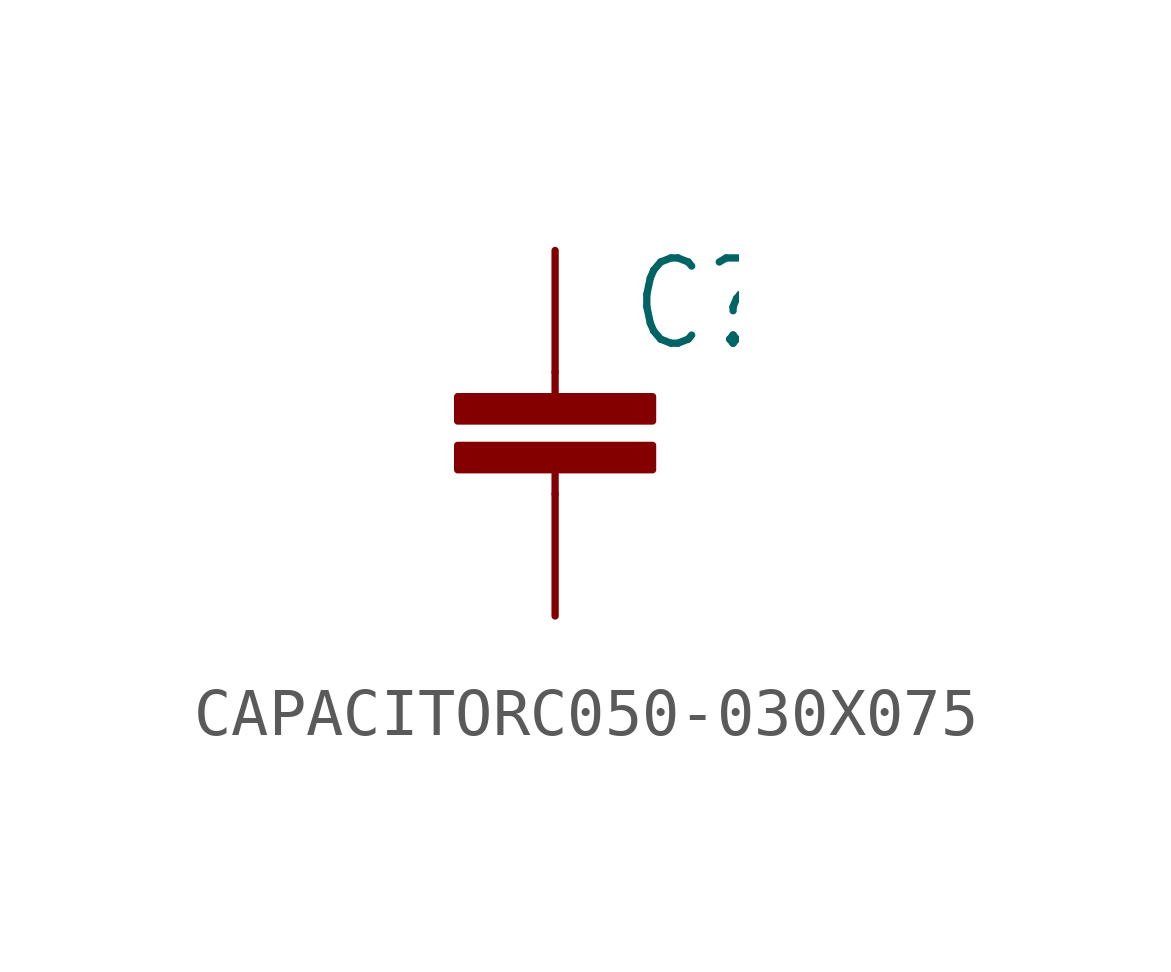
<source format=kicad_sym>
(kicad_symbol_lib
  (version 20241209)
  (generator "kicad_symbol_editor")
  (generator_version "9.0")
  (symbol "CAPACITORC050-030X075"
    (property "Reference" "C"
      (at 1.524 2.921 0)
      (effects (font (size 1.778 1.511)) (justify left bottom)))
    (property "Value" ""
      (at 1.524 -2.159 0)
      (effects (font (size 1.778 1.511)) (justify left bottom)))
    (property "ki_locked" ""
      (at 0 0 0)
      (effects (font (size 1.27 1.27))))
    (symbol "CAPACITORC050-030X075_1_0"
      (rectangle (start -2.032 1.524) (end 2.032 2.032) (stroke (width 0) (type default)) (fill (type outline)))
      (rectangle (start -2.032 0.508) (end 2.032 1.016) (stroke (width 0) (type default)) (fill (type outline)))
      (polyline (pts (xy 0 2.54) (xy 0 2.032)) (stroke (width 0.152) (type solid)) (fill (type none)))
      (polyline (pts (xy 0 0) (xy 0 0.508)) (stroke (width 0.152) (type solid)) (fill (type none)))
      (pin passive line (at 0 5.08 270) (length 2.54) (name "1" (effects (font (size 0 0)))) (number "1" (effects (font (size 0 0)))))
      (pin passive line (at 0 -2.54 90) (length 2.54) (name "2" (effects (font (size 0 0)))) (number "2" (effects (font (size 0 0))))))))
</source>
